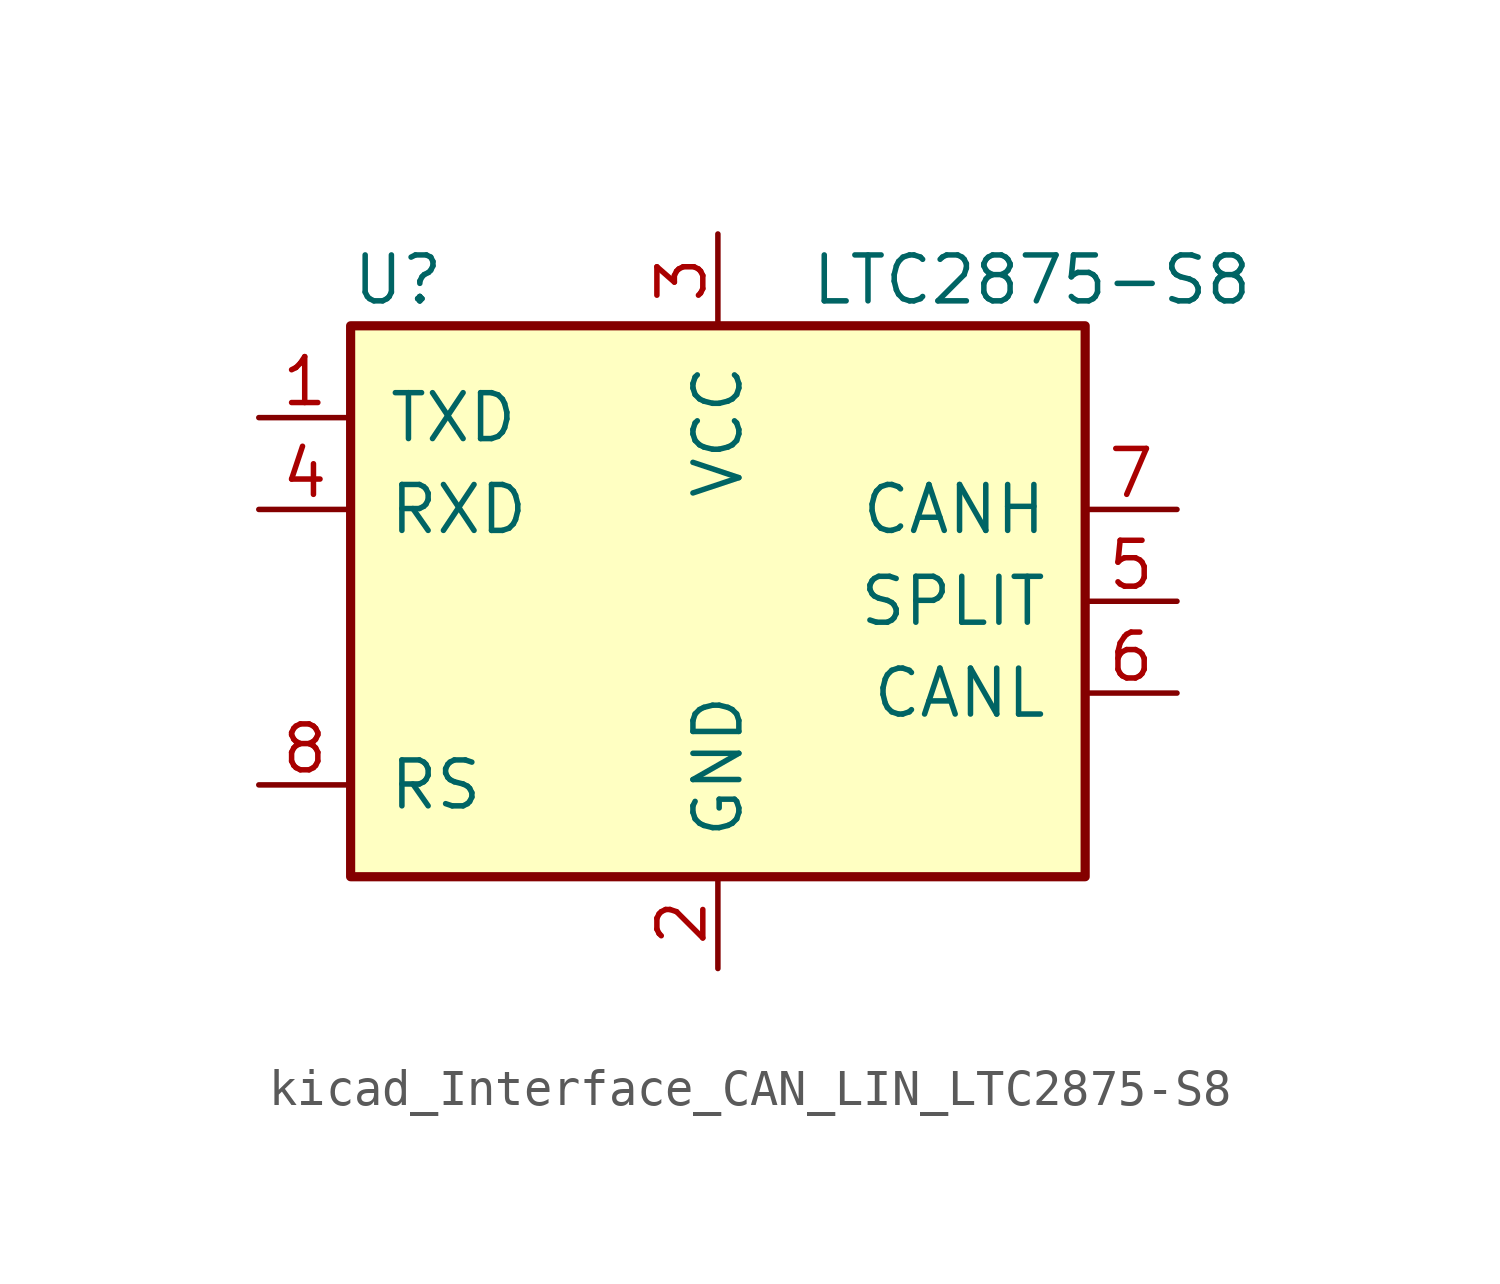
<source format=kicad_sym>
(kicad_symbol_lib
  (version 20220914)
  (generator kicad_symbol_editor)
  (symbol "kicad_Interface_CAN_LIN_LTC2875-S8"
    (pin_names
      (offset 1.016))
    (property "Reference" "U"
      (at -10.16 8.89 0)
      (effects (font (size 1.27 1.27)) (justify left)))
    (property "Value" "LTC2875-S8"
      (at 2.54 8.89 0)
      (effects (font (size 1.27 1.27)) (justify left)))
    (symbol "kicad_Interface_CAN_LIN_LTC2875-S8_0_1"
      (rectangle (start -10.16 7.62) (end 10.16 -7.62) (stroke (width 0.254) (type default)) (fill (type background))))
    (symbol "kicad_Interface_CAN_LIN_LTC2875-S8_1_1"
      (pin input line (at -12.7 5.08 0) (length 2.54) (name "TXD" (effects (font (size 1.27 1.27)))) (number "1" (effects (font (size 1.27 1.27)))))
      (pin power_in line (at 0 -10.16 90) (length 2.54) (name "GND" (effects (font (size 1.27 1.27)))) (number "2" (effects (font (size 1.27 1.27)))))
      (pin power_in line (at 0 10.16 270) (length 2.54) (name "VCC" (effects (font (size 1.27 1.27)))) (number "3" (effects (font (size 1.27 1.27)))))
      (pin output line (at -12.7 2.54 0) (length 2.54) (name "RXD" (effects (font (size 1.27 1.27)))) (number "4" (effects (font (size 1.27 1.27)))))
      (pin input line (at 12.7 0 180) (length 2.54) (name "SPLIT" (effects (font (size 1.27 1.27)))) (number "5" (effects (font (size 1.27 1.27)))))
      (pin bidirectional line (at 12.7 -2.54 180) (length 2.54) (name "CANL" (effects (font (size 1.27 1.27)))) (number "6" (effects (font (size 1.27 1.27)))))
      (pin bidirectional line (at 12.7 2.54 180) (length 2.54) (name "CANH" (effects (font (size 1.27 1.27)))) (number "7" (effects (font (size 1.27 1.27)))))
      (pin input line (at -12.7 -5.08 0) (length 2.54) (name "RS" (effects (font (size 1.27 1.27)))) (number "8" (effects (font (size 1.27 1.27))))))))
</source>
